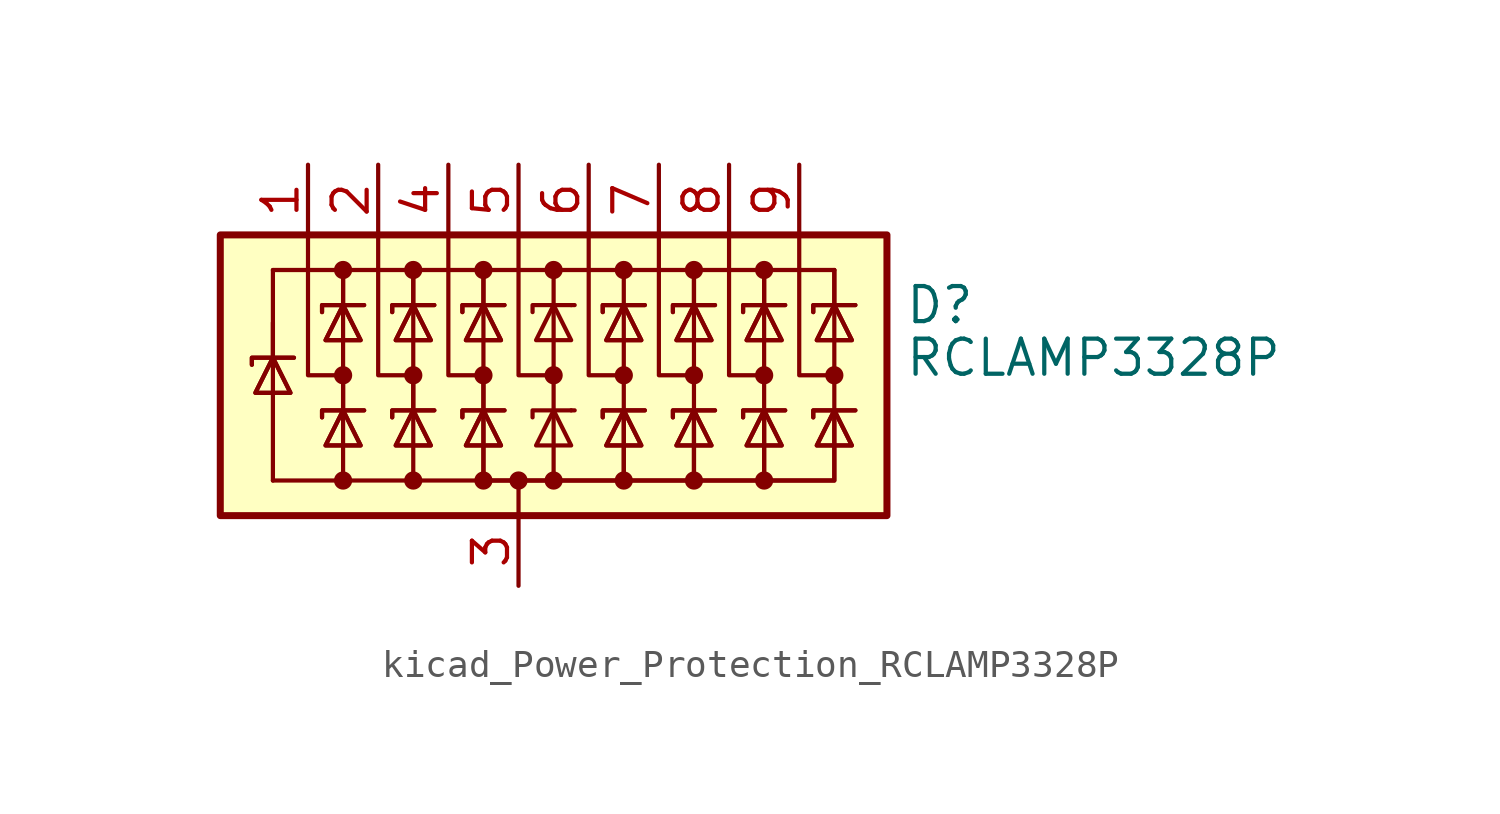
<source format=kicad_sym>
(kicad_symbol_lib
  (version 20220914)
  (generator kicad_symbol_editor)
  (symbol "kicad_Power_Protection_RCLAMP3328P"
    (pin_names hide)
    (property "Reference" "D"
      (at 13.97 2.54 0)
      (effects (font (size 1.27 1.27)) (justify left)))
    (property "Value" "RCLAMP3328P"
      (at 13.97 0.635 0)
      (effects (font (size 1.27 1.27)) (justify left)))
    (symbol "kicad_Power_Protection_RCLAMP3328P_0_0"
      (pin passive line (at 0 -7.62 90) (length 2.54) (name "A" (effects (font (size 1.27 1.27)))) (number "3" (effects (font (size 1.27 1.27))))))
    (symbol "kicad_Power_Protection_RCLAMP3328P_0_1"
      (rectangle (start -10.795 5.08) (end 13.335 -5.08) (stroke (width 0.254) (type default)) (fill (type background)))
      (circle (center -6.35 -3.81) (radius 0.254) (stroke (width 0) (type default)) (fill (type outline)))
      (circle (center -6.35 0) (radius 0.254) (stroke (width 0) (type default)) (fill (type outline)))
      (circle (center -6.35 3.81) (radius 0.254) (stroke (width 0) (type default)) (fill (type outline)))
      (circle (center -3.81 -3.81) (radius 0.254) (stroke (width 0) (type default)) (fill (type outline)))
      (circle (center -3.81 0) (radius 0.254) (stroke (width 0) (type default)) (fill (type outline)))
      (circle (center -3.81 3.81) (radius 0.254) (stroke (width 0) (type default)) (fill (type outline)))
      (circle (center -1.27 -3.81) (radius 0.254) (stroke (width 0) (type default)) (fill (type outline)))
      (circle (center -1.27 0) (radius 0.254) (stroke (width 0) (type default)) (fill (type outline)))
      (circle (center -1.27 3.81) (radius 0.254) (stroke (width 0) (type default)) (fill (type outline)))
      (circle (center 0 -3.81) (radius 0.254) (stroke (width 0) (type default)) (fill (type outline)))
      (polyline (pts (xy -8.89 0.635) (xy -8.89 -3.81)) (stroke (width 0) (type default)) (fill (type none)))
      (polyline (pts (xy -8.89 1.905) (xy -8.89 0.635)) (stroke (width 0) (type default)) (fill (type none)))
      (polyline (pts (xy -8.89 3.81) (xy -8.89 0.635)) (stroke (width 0) (type default)) (fill (type none)))
      (polyline (pts (xy -6.35 -3.81) (xy -8.89 -3.81)) (stroke (width 0) (type default)) (fill (type none)))
      (polyline (pts (xy -6.35 0) (xy -6.35 -1.27)) (stroke (width 0) (type default)) (fill (type none)))
      (polyline (pts (xy -6.35 2.54) (xy -6.35 -1.27)) (stroke (width 0) (type default)) (fill (type none)))
      (polyline (pts (xy -6.35 3.81) (xy -6.35 2.54)) (stroke (width 0) (type default)) (fill (type none)))
      (polyline (pts (xy -6.35 3.81) (xy -6.35 2.54)) (stroke (width 0) (type default)) (fill (type none)))
      (polyline (pts (xy -3.81 0) (xy -3.81 -1.27)) (stroke (width 0) (type default)) (fill (type none)))
      (polyline (pts (xy -3.81 2.54) (xy -3.81 -1.27)) (stroke (width 0) (type default)) (fill (type none)))
      (polyline (pts (xy -3.81 3.81) (xy -3.81 2.54)) (stroke (width 0) (type default)) (fill (type none)))
      (polyline (pts (xy -3.81 3.81) (xy -3.81 2.54)) (stroke (width 0) (type default)) (fill (type none)))
      (polyline (pts (xy -1.27 0) (xy -1.27 -1.27)) (stroke (width 0) (type default)) (fill (type none)))
      (polyline (pts (xy -1.27 2.54) (xy -1.27 -1.27)) (stroke (width 0) (type default)) (fill (type none)))
      (polyline (pts (xy -1.27 3.81) (xy -1.27 2.54)) (stroke (width 0) (type default)) (fill (type none)))
      (polyline (pts (xy -1.27 3.81) (xy -1.27 2.54)) (stroke (width 0) (type default)) (fill (type none)))
      (polyline (pts (xy 0 -5.08) (xy 0 -3.81)) (stroke (width 0) (type default)) (fill (type none)))
      (polyline (pts (xy 1.27 -3.81) (xy 1.27 2.54)) (stroke (width 0) (type default)) (fill (type none)))
      (polyline (pts (xy 1.27 3.81) (xy 1.27 2.54)) (stroke (width 0) (type default)) (fill (type none)))
      (polyline (pts (xy 1.905 -1.27) (xy 2.032 -1.27)) (stroke (width 0) (type default)) (fill (type none)))
      (polyline (pts (xy 1.905 2.54) (xy 2.032 2.54)) (stroke (width 0) (type default)) (fill (type none)))
      (polyline (pts (xy 3.81 2.54) (xy 3.81 -1.27)) (stroke (width 0) (type default)) (fill (type none)))
      (polyline (pts (xy 3.81 3.81) (xy 3.81 2.54)) (stroke (width 0) (type default)) (fill (type none)))
      (polyline (pts (xy 6.35 2.54) (xy 6.35 -1.27)) (stroke (width 0) (type default)) (fill (type none)))
      (polyline (pts (xy 6.35 3.81) (xy 6.35 2.54)) (stroke (width 0) (type default)) (fill (type none)))
      (polyline (pts (xy 6.35 3.81) (xy 6.35 2.54)) (stroke (width 0) (type default)) (fill (type none)))
      (polyline (pts (xy 8.89 2.54) (xy 8.89 -1.27)) (stroke (width 0) (type default)) (fill (type none)))
      (polyline (pts (xy 8.89 3.81) (xy 8.89 2.54)) (stroke (width 0) (type default)) (fill (type none)))
      (polyline (pts (xy 8.89 3.81) (xy 8.89 2.54)) (stroke (width 0) (type default)) (fill (type none)))
      (polyline (pts (xy 11.43 2.54) (xy 11.43 -1.27)) (stroke (width 0) (type default)) (fill (type none)))
      (polyline (pts (xy 11.43 3.81) (xy -8.89 3.81)) (stroke (width 0) (type default)) (fill (type none)))
      (polyline (pts (xy 11.43 3.81) (xy 11.43 2.54)) (stroke (width 0) (type default)) (fill (type none)))
      (polyline (pts (xy 11.43 3.81) (xy 11.43 2.54)) (stroke (width 0) (type default)) (fill (type none)))
      (polyline (pts (xy -7.62 5.08) (xy -7.62 0) (xy -6.35 0)) (stroke (width 0) (type default)) (fill (type none)))
      (polyline (pts (xy -6.35 -1.27) (xy -6.35 -3.81) (xy -3.81 -3.81)) (stroke (width 0) (type default)) (fill (type none)))
      (polyline (pts (xy -5.08 5.08) (xy -5.08 0) (xy -3.81 0)) (stroke (width 0) (type default)) (fill (type none)))
      (polyline (pts (xy -3.81 -1.27) (xy -3.81 -3.81) (xy -1.27 -3.81)) (stroke (width 0) (type default)) (fill (type none)))
      (polyline (pts (xy -2.54 5.08) (xy -2.54 0) (xy -1.27 0)) (stroke (width 0) (type default)) (fill (type none)))
      (polyline (pts (xy 0 5.08) (xy 0 0) (xy 1.27 0)) (stroke (width 0) (type default)) (fill (type none)))
      (polyline (pts (xy 1.905 -1.27) (xy 0.508 -1.27) (xy 0.508 -1.524)) (stroke (width 0) (type default)) (fill (type none)))
      (polyline (pts (xy 1.905 2.54) (xy 0.508 2.54) (xy 0.508 2.286)) (stroke (width 0) (type default)) (fill (type none)))
      (polyline (pts (xy 2.54 5.08) (xy 2.54 0) (xy 3.81 0)) (stroke (width 0) (type default)) (fill (type none)))
      (polyline (pts (xy 5.08 5.08) (xy 5.08 0) (xy 6.35 0)) (stroke (width 0) (type default)) (fill (type none)))
      (polyline (pts (xy 6.35 -1.27) (xy 6.35 -3.81) (xy 3.81 -3.81)) (stroke (width 0) (type default)) (fill (type none)))
      (polyline (pts (xy 6.35 -1.27) (xy 6.35 -3.81) (xy 3.81 -3.81)) (stroke (width 0) (type default)) (fill (type none)))
      (polyline (pts (xy 7.62 5.08) (xy 7.62 0) (xy 8.89 0)) (stroke (width 0) (type default)) (fill (type none)))
      (polyline (pts (xy 8.89 -1.27) (xy 8.89 -3.81) (xy 6.35 -3.81)) (stroke (width 0) (type default)) (fill (type none)))
      (polyline (pts (xy 8.89 -1.27) (xy 8.89 -3.81) (xy 6.35 -3.81)) (stroke (width 0) (type default)) (fill (type none)))
      (polyline (pts (xy 10.16 5.08) (xy 10.16 0) (xy 11.43 0)) (stroke (width 0) (type default)) (fill (type none)))
      (polyline (pts (xy 11.43 -1.27) (xy 11.43 -3.81) (xy 8.89 -3.81)) (stroke (width 0) (type default)) (fill (type none)))
      (polyline (pts (xy 11.43 -1.27) (xy 11.43 -3.81) (xy 8.89 -3.81)) (stroke (width 0) (type default)) (fill (type none)))
      (polyline (pts (xy -9.652 0.381) (xy -9.652 0.635) (xy -8.255 0.635) (xy -8.128 0.635)) (stroke (width 0) (type default)) (fill (type none)))
      (polyline (pts (xy -9.652 0.381) (xy -9.652 0.635) (xy -8.255 0.635) (xy -8.128 0.635)) (stroke (width 0) (type default)) (fill (type none)))
      (polyline (pts (xy -8.89 0.635) (xy -8.255 -0.635) (xy -9.525 -0.635) (xy -8.89 0.635)) (stroke (width 0) (type default)) (fill (type none)))
      (polyline (pts (xy -8.89 0.635) (xy -8.255 -0.635) (xy -9.525 -0.635) (xy -8.89 0.635)) (stroke (width 0) (type default)) (fill (type none)))
      (polyline (pts (xy -7.112 -1.524) (xy -7.112 -1.27) (xy -5.715 -1.27) (xy -5.588 -1.27)) (stroke (width 0) (type default)) (fill (type none)))
      (polyline (pts (xy -7.112 -1.524) (xy -7.112 -1.27) (xy -5.715 -1.27) (xy -5.588 -1.27)) (stroke (width 0) (type default)) (fill (type none)))
      (polyline (pts (xy -7.112 2.286) (xy -7.112 2.54) (xy -5.715 2.54) (xy -5.588 2.54)) (stroke (width 0) (type default)) (fill (type none)))
      (polyline (pts (xy -7.112 2.286) (xy -7.112 2.54) (xy -5.715 2.54) (xy -5.588 2.54)) (stroke (width 0) (type default)) (fill (type none)))
      (polyline (pts (xy -6.35 -1.27) (xy -5.715 -2.54) (xy -6.985 -2.54) (xy -6.35 -1.27)) (stroke (width 0) (type default)) (fill (type none)))
      (polyline (pts (xy -6.35 -1.27) (xy -5.715 -2.54) (xy -6.985 -2.54) (xy -6.35 -1.27)) (stroke (width 0) (type default)) (fill (type none)))
      (polyline (pts (xy -6.35 2.54) (xy -5.715 1.27) (xy -6.985 1.27) (xy -6.35 2.54)) (stroke (width 0) (type default)) (fill (type none)))
      (polyline (pts (xy -6.35 2.54) (xy -5.715 1.27) (xy -6.985 1.27) (xy -6.35 2.54)) (stroke (width 0) (type default)) (fill (type none)))
      (polyline (pts (xy -4.572 -1.524) (xy -4.572 -1.27) (xy -3.175 -1.27) (xy -3.048 -1.27)) (stroke (width 0) (type default)) (fill (type none)))
      (polyline (pts (xy -4.572 -1.524) (xy -4.572 -1.27) (xy -3.175 -1.27) (xy -3.048 -1.27)) (stroke (width 0) (type default)) (fill (type none)))
      (polyline (pts (xy -4.572 2.286) (xy -4.572 2.54) (xy -3.175 2.54) (xy -3.048 2.54)) (stroke (width 0) (type default)) (fill (type none)))
      (polyline (pts (xy -4.572 2.286) (xy -4.572 2.54) (xy -3.175 2.54) (xy -3.048 2.54)) (stroke (width 0) (type default)) (fill (type none)))
      (polyline (pts (xy -3.81 -1.27) (xy -3.175 -2.54) (xy -4.445 -2.54) (xy -3.81 -1.27)) (stroke (width 0) (type default)) (fill (type none)))
      (polyline (pts (xy -3.81 -1.27) (xy -3.175 -2.54) (xy -4.445 -2.54) (xy -3.81 -1.27)) (stroke (width 0) (type default)) (fill (type none)))
      (polyline (pts (xy -3.81 2.54) (xy -3.175 1.27) (xy -4.445 1.27) (xy -3.81 2.54)) (stroke (width 0) (type default)) (fill (type none)))
      (polyline (pts (xy -3.81 2.54) (xy -3.175 1.27) (xy -4.445 1.27) (xy -3.81 2.54)) (stroke (width 0) (type default)) (fill (type none)))
      (polyline (pts (xy -2.032 -1.524) (xy -2.032 -1.27) (xy -0.635 -1.27) (xy -0.508 -1.27)) (stroke (width 0) (type default)) (fill (type none)))
      (polyline (pts (xy -2.032 -1.524) (xy -2.032 -1.27) (xy -0.635 -1.27) (xy -0.508 -1.27)) (stroke (width 0) (type default)) (fill (type none)))
      (polyline (pts (xy -2.032 2.286) (xy -2.032 2.54) (xy -0.635 2.54) (xy -0.508 2.54)) (stroke (width 0) (type default)) (fill (type none)))
      (polyline (pts (xy -2.032 2.286) (xy -2.032 2.54) (xy -0.635 2.54) (xy -0.508 2.54)) (stroke (width 0) (type default)) (fill (type none)))
      (polyline (pts (xy -1.27 -1.27) (xy -1.27 -3.81) (xy 3.81 -3.81) (xy 3.81 -1.27)) (stroke (width 0) (type default)) (fill (type none)))
      (polyline (pts (xy -1.27 -1.27) (xy -1.27 -3.81) (xy 3.81 -3.81) (xy 3.81 -1.27)) (stroke (width 0) (type default)) (fill (type none)))
      (polyline (pts (xy -1.27 -1.27) (xy -0.635 -2.54) (xy -1.905 -2.54) (xy -1.27 -1.27)) (stroke (width 0) (type default)) (fill (type none)))
      (polyline (pts (xy -1.27 -1.27) (xy -0.635 -2.54) (xy -1.905 -2.54) (xy -1.27 -1.27)) (stroke (width 0) (type default)) (fill (type none)))
      (polyline (pts (xy -1.27 2.54) (xy -0.635 1.27) (xy -1.905 1.27) (xy -1.27 2.54)) (stroke (width 0) (type default)) (fill (type none)))
      (polyline (pts (xy -1.27 2.54) (xy -0.635 1.27) (xy -1.905 1.27) (xy -1.27 2.54)) (stroke (width 0) (type default)) (fill (type none)))
      (polyline (pts (xy 1.905 -2.54) (xy 0.635 -2.54) (xy 1.27 -1.27) (xy 1.905 -2.54)) (stroke (width 0) (type default)) (fill (type none)))
      (polyline (pts (xy 1.905 1.27) (xy 0.635 1.27) (xy 1.27 2.54) (xy 1.905 1.27)) (stroke (width 0) (type default)) (fill (type none)))
      (polyline (pts (xy 3.048 -1.524) (xy 3.048 -1.27) (xy 4.445 -1.27) (xy 4.572 -1.27)) (stroke (width 0) (type default)) (fill (type none)))
      (polyline (pts (xy 3.048 -1.524) (xy 3.048 -1.27) (xy 4.445 -1.27) (xy 4.572 -1.27)) (stroke (width 0) (type default)) (fill (type none)))
      (polyline (pts (xy 3.048 2.286) (xy 3.048 2.54) (xy 4.445 2.54) (xy 4.572 2.54)) (stroke (width 0) (type default)) (fill (type none)))
      (polyline (pts (xy 3.048 2.286) (xy 3.048 2.54) (xy 4.445 2.54) (xy 4.572 2.54)) (stroke (width 0) (type default)) (fill (type none)))
      (polyline (pts (xy 3.81 -1.27) (xy 3.175 -2.54) (xy 4.445 -2.54) (xy 3.81 -1.27)) (stroke (width 0) (type default)) (fill (type none)))
      (polyline (pts (xy 3.81 -1.27) (xy 3.175 -2.54) (xy 4.445 -2.54) (xy 3.81 -1.27)) (stroke (width 0) (type default)) (fill (type none)))
      (polyline (pts (xy 3.81 2.54) (xy 3.175 1.27) (xy 4.445 1.27) (xy 3.81 2.54)) (stroke (width 0) (type default)) (fill (type none)))
      (polyline (pts (xy 3.81 2.54) (xy 3.175 1.27) (xy 4.445 1.27) (xy 3.81 2.54)) (stroke (width 0) (type default)) (fill (type none)))
      (polyline (pts (xy 5.588 -1.524) (xy 5.588 -1.27) (xy 6.985 -1.27) (xy 7.112 -1.27)) (stroke (width 0) (type default)) (fill (type none)))
      (polyline (pts (xy 5.588 -1.524) (xy 5.588 -1.27) (xy 6.985 -1.27) (xy 7.112 -1.27)) (stroke (width 0) (type default)) (fill (type none)))
      (polyline (pts (xy 5.588 2.286) (xy 5.588 2.54) (xy 6.985 2.54) (xy 7.112 2.54)) (stroke (width 0) (type default)) (fill (type none)))
      (polyline (pts (xy 5.588 2.286) (xy 5.588 2.54) (xy 6.985 2.54) (xy 7.112 2.54)) (stroke (width 0) (type default)) (fill (type none)))
      (polyline (pts (xy 6.35 -1.27) (xy 5.715 -2.54) (xy 6.985 -2.54) (xy 6.35 -1.27)) (stroke (width 0) (type default)) (fill (type none)))
      (polyline (pts (xy 6.35 -1.27) (xy 5.715 -2.54) (xy 6.985 -2.54) (xy 6.35 -1.27)) (stroke (width 0) (type default)) (fill (type none)))
      (polyline (pts (xy 6.35 2.54) (xy 5.715 1.27) (xy 6.985 1.27) (xy 6.35 2.54)) (stroke (width 0) (type default)) (fill (type none)))
      (polyline (pts (xy 6.35 2.54) (xy 5.715 1.27) (xy 6.985 1.27) (xy 6.35 2.54)) (stroke (width 0) (type default)) (fill (type none)))
      (polyline (pts (xy 8.128 -1.524) (xy 8.128 -1.27) (xy 9.525 -1.27) (xy 9.652 -1.27)) (stroke (width 0) (type default)) (fill (type none)))
      (polyline (pts (xy 8.128 -1.524) (xy 8.128 -1.27) (xy 9.525 -1.27) (xy 9.652 -1.27)) (stroke (width 0) (type default)) (fill (type none)))
      (polyline (pts (xy 8.128 2.286) (xy 8.128 2.54) (xy 9.525 2.54) (xy 9.652 2.54)) (stroke (width 0) (type default)) (fill (type none)))
      (polyline (pts (xy 8.128 2.286) (xy 8.128 2.54) (xy 9.525 2.54) (xy 9.652 2.54)) (stroke (width 0) (type default)) (fill (type none)))
      (polyline (pts (xy 8.89 -1.27) (xy 8.255 -2.54) (xy 9.525 -2.54) (xy 8.89 -1.27)) (stroke (width 0) (type default)) (fill (type none)))
      (polyline (pts (xy 8.89 -1.27) (xy 8.255 -2.54) (xy 9.525 -2.54) (xy 8.89 -1.27)) (stroke (width 0) (type default)) (fill (type none)))
      (polyline (pts (xy 8.89 2.54) (xy 8.255 1.27) (xy 9.525 1.27) (xy 8.89 2.54)) (stroke (width 0) (type default)) (fill (type none)))
      (polyline (pts (xy 8.89 2.54) (xy 8.255 1.27) (xy 9.525 1.27) (xy 8.89 2.54)) (stroke (width 0) (type default)) (fill (type none)))
      (polyline (pts (xy 10.668 -1.524) (xy 10.668 -1.27) (xy 12.065 -1.27) (xy 12.192 -1.27)) (stroke (width 0) (type default)) (fill (type none)))
      (polyline (pts (xy 10.668 -1.524) (xy 10.668 -1.27) (xy 12.065 -1.27) (xy 12.192 -1.27)) (stroke (width 0) (type default)) (fill (type none)))
      (polyline (pts (xy 10.668 2.286) (xy 10.668 2.54) (xy 12.065 2.54) (xy 12.192 2.54)) (stroke (width 0) (type default)) (fill (type none)))
      (polyline (pts (xy 10.668 2.286) (xy 10.668 2.54) (xy 12.065 2.54) (xy 12.192 2.54)) (stroke (width 0) (type default)) (fill (type none)))
      (polyline (pts (xy 11.43 -1.27) (xy 10.795 -2.54) (xy 12.065 -2.54) (xy 11.43 -1.27)) (stroke (width 0) (type default)) (fill (type none)))
      (polyline (pts (xy 11.43 -1.27) (xy 10.795 -2.54) (xy 12.065 -2.54) (xy 11.43 -1.27)) (stroke (width 0) (type default)) (fill (type none)))
      (polyline (pts (xy 11.43 2.54) (xy 10.795 1.27) (xy 12.065 1.27) (xy 11.43 2.54)) (stroke (width 0) (type default)) (fill (type none)))
      (polyline (pts (xy 11.43 2.54) (xy 10.795 1.27) (xy 12.065 1.27) (xy 11.43 2.54)) (stroke (width 0) (type default)) (fill (type none)))
      (circle (center 1.27 -3.81) (radius 0.254) (stroke (width 0) (type default)) (fill (type outline)))
      (circle (center 1.27 0) (radius 0.254) (stroke (width 0) (type default)) (fill (type outline)))
      (circle (center 1.27 3.81) (radius 0.254) (stroke (width 0) (type default)) (fill (type outline)))
      (circle (center 3.81 -3.81) (radius 0.254) (stroke (width 0) (type default)) (fill (type outline)))
      (circle (center 3.81 0) (radius 0.254) (stroke (width 0) (type default)) (fill (type outline)))
      (circle (center 3.81 3.81) (radius 0.254) (stroke (width 0) (type default)) (fill (type outline)))
      (circle (center 6.35 -3.81) (radius 0.254) (stroke (width 0) (type default)) (fill (type outline)))
      (circle (center 6.35 0) (radius 0.254) (stroke (width 0) (type default)) (fill (type outline)))
      (circle (center 6.35 3.81) (radius 0.254) (stroke (width 0) (type default)) (fill (type outline)))
      (circle (center 8.89 -3.81) (radius 0.254) (stroke (width 0) (type default)) (fill (type outline)))
      (circle (center 8.89 0) (radius 0.254) (stroke (width 0) (type default)) (fill (type outline)))
      (circle (center 8.89 3.81) (radius 0.254) (stroke (width 0) (type default)) (fill (type outline)))
      (circle (center 11.43 0) (radius 0.254) (stroke (width 0) (type default)) (fill (type outline))))
    (symbol "kicad_Power_Protection_RCLAMP3328P_1_1"
      (pin passive line (at -7.62 7.62 270) (length 2.54) (name "K1" (effects (font (size 1.27 1.27)))) (number "1" (effects (font (size 1.27 1.27)))))
      (pin passive line (at -5.08 7.62 270) (length 2.54) (name "K2" (effects (font (size 1.27 1.27)))) (number "2" (effects (font (size 1.27 1.27)))))
      (pin passive line (at -2.54 7.62 270) (length 2.54) (name "K3" (effects (font (size 1.27 1.27)))) (number "4" (effects (font (size 1.27 1.27)))))
      (pin passive line (at 0 7.62 270) (length 2.54) (name "K4" (effects (font (size 1.27 1.27)))) (number "5" (effects (font (size 1.27 1.27)))))
      (pin passive line (at 2.54 7.62 270) (length 2.54) (name "K5" (effects (font (size 1.27 1.27)))) (number "6" (effects (font (size 1.27 1.27)))))
      (pin passive line (at 5.08 7.62 270) (length 2.54) (name "K6" (effects (font (size 1.27 1.27)))) (number "7" (effects (font (size 1.27 1.27)))))
      (pin passive line (at 7.62 7.62 270) (length 2.54) (name "K7" (effects (font (size 1.27 1.27)))) (number "8" (effects (font (size 1.27 1.27)))))
      (pin passive line (at 10.16 7.62 270) (length 2.54) (name "K8" (effects (font (size 1.27 1.27)))) (number "9" (effects (font (size 1.27 1.27))))))))
</source>
